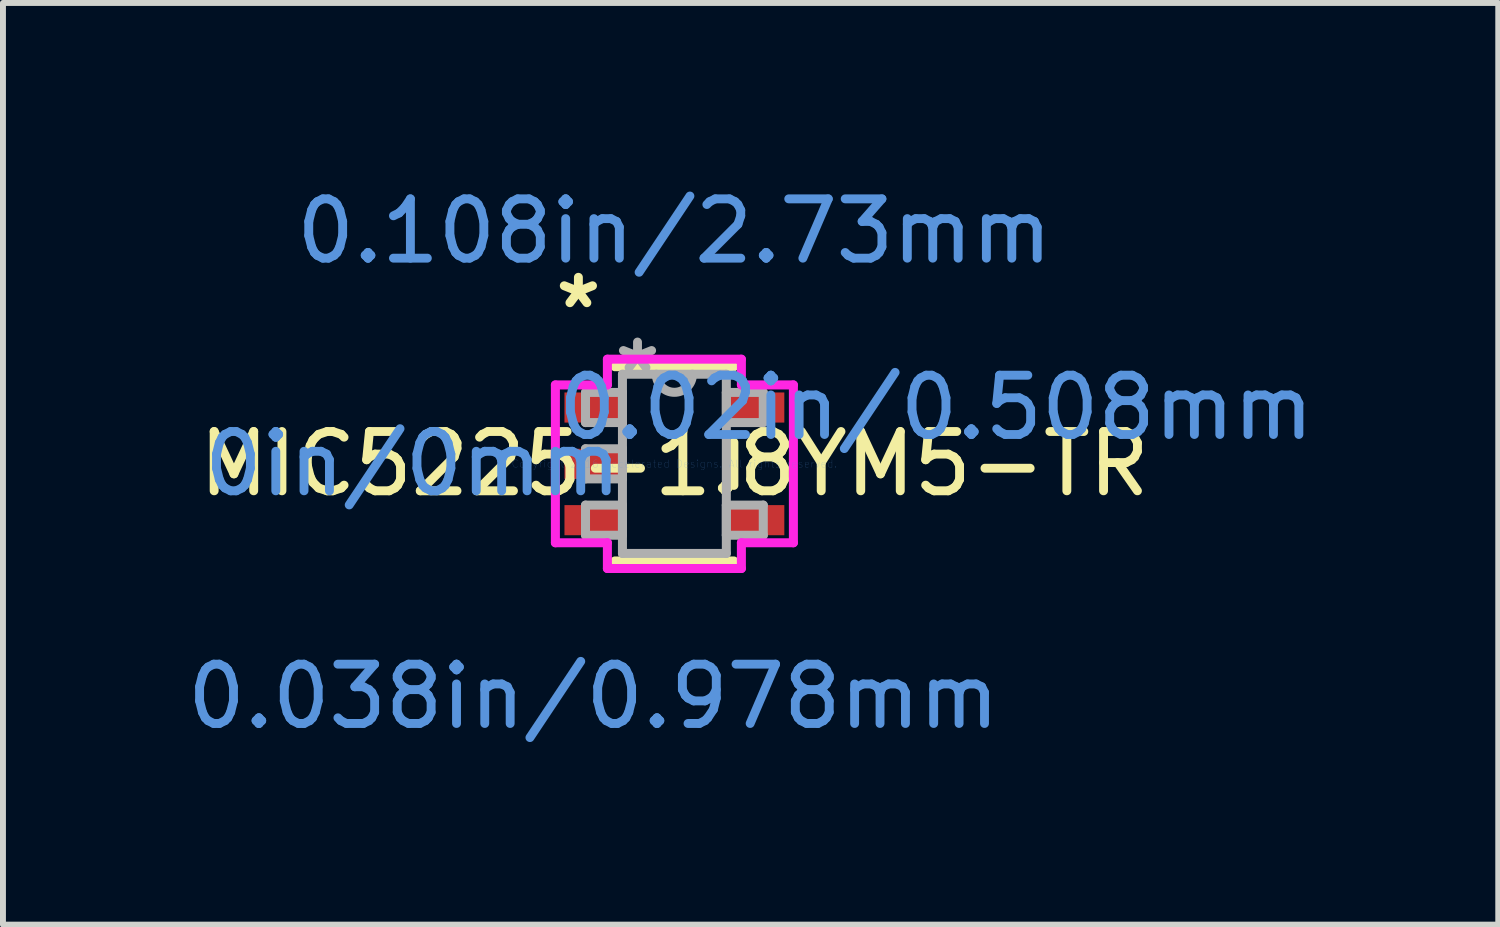
<source format=kicad_pcb>
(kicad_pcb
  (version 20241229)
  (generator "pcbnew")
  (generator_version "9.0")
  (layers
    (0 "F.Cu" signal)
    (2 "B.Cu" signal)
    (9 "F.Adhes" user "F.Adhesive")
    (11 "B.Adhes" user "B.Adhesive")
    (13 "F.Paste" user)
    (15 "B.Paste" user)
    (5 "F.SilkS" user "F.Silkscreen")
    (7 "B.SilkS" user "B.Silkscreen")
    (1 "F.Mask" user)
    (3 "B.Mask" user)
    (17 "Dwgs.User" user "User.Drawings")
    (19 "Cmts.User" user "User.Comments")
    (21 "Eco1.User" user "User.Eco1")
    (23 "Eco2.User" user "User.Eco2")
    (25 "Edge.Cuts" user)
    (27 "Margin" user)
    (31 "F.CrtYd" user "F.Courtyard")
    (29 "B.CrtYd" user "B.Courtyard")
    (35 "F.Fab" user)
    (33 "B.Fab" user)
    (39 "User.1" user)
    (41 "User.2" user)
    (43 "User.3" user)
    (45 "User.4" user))
  (footprint "MIC5225-1.8YM5-TR"
    (layer "F.Cu")
    (at 8.324 4.773)
    (property "Reference" "MIC5225-1.8YM5-TR" (at 0 0 0) (layer "F.SilkS") (effects (font (size 1 1) (thickness 0.15))))
    (attr through_hole)
    (fp_line (start -1.003 1.638) (end 1.003 1.638) (stroke (width 0.152) (type solid)) (layer "F.SilkS"))
    (fp_line (start 1.003 -1.638) (end -1.003 -1.638) (stroke (width 0.152) (type solid)) (layer "F.SilkS"))
    (fp_line (start 1.003 0.363) (end 1.003 -0.363) (stroke (width 0.152) (type solid)) (layer "F.SilkS"))
    (fp_line (start -2.007 -1.331) (end -1.13 -1.331) (stroke (width 0.152) (type solid)) (layer "F.CrtYd"))
    (fp_line (start -2.007 1.331) (end -2.007 -1.331) (stroke (width 0.152) (type solid)) (layer "F.CrtYd"))
    (fp_line (start -1.13 -1.765) (end 1.13 -1.765) (stroke (width 0.152) (type solid)) (layer "F.CrtYd"))
    (fp_line (start -1.13 -1.331) (end -1.13 -1.765) (stroke (width 0.152) (type solid)) (layer "F.CrtYd"))
    (fp_line (start -1.13 1.331) (end -2.007 1.331) (stroke (width 0.152) (type solid)) (layer "F.CrtYd"))
    (fp_line (start -1.13 1.765) (end -1.13 1.331) (stroke (width 0.152) (type solid)) (layer "F.CrtYd"))
    (fp_line (start 1.13 -1.765) (end 1.13 -1.331) (stroke (width 0.152) (type solid)) (layer "F.CrtYd"))
    (fp_line (start 1.13 -1.331) (end 2.007 -1.331) (stroke (width 0.152) (type solid)) (layer "F.CrtYd"))
    (fp_line (start 1.13 1.331) (end 1.13 1.765) (stroke (width 0.152) (type solid)) (layer "F.CrtYd"))
    (fp_line (start 1.13 1.765) (end -1.13 1.765) (stroke (width 0.152) (type solid)) (layer "F.CrtYd"))
    (fp_line (start 2.007 -1.331) (end 2.007 1.331) (stroke (width 0.152) (type solid)) (layer "F.CrtYd"))
    (fp_line (start 2.007 1.331) (end 1.13 1.331) (stroke (width 0.152) (type solid)) (layer "F.CrtYd"))
    (fp_line (start -1.499 -1.204) (end -1.499 -0.696) (stroke (width 0.152) (type solid)) (layer "F.Fab"))
    (fp_line (start -1.499 -0.696) (end -0.876 -0.696) (stroke (width 0.152) (type solid)) (layer "F.Fab"))
    (fp_line (start -1.499 -0.254) (end -1.499 0.254) (stroke (width 0.152) (type solid)) (layer "F.Fab"))
    (fp_line (start -1.499 0.254) (end -0.876 0.254) (stroke (width 0.152) (type solid)) (layer "F.Fab"))
    (fp_line (start -1.499 0.696) (end -1.499 1.204) (stroke (width 0.152) (type solid)) (layer "F.Fab"))
    (fp_line (start -1.499 1.204) (end -0.876 1.204) (stroke (width 0.152) (type solid)) (layer "F.Fab"))
    (fp_line (start -0.876 -1.511) (end -0.876 1.511) (stroke (width 0.152) (type solid)) (layer "F.Fab"))
    (fp_line (start -0.876 -1.204) (end -1.499 -1.204) (stroke (width 0.152) (type solid)) (layer "F.Fab"))
    (fp_line (start -0.876 -0.696) (end -0.876 -1.204) (stroke (width 0.152) (type solid)) (layer "F.Fab"))
    (fp_line (start -0.876 -0.254) (end -1.499 -0.254) (stroke (width 0.152) (type solid)) (layer "F.Fab"))
    (fp_line (start -0.876 0.254) (end -0.876 -0.254) (stroke (width 0.152) (type solid)) (layer "F.Fab"))
    (fp_line (start -0.876 0.696) (end -1.499 0.696) (stroke (width 0.152) (type solid)) (layer "F.Fab"))
    (fp_line (start -0.876 1.204) (end -0.876 0.696) (stroke (width 0.152) (type solid)) (layer "F.Fab"))
    (fp_line (start -0.876 1.511) (end 0.876 1.511) (stroke (width 0.152) (type solid)) (layer "F.Fab"))
    (fp_line (start 0.876 -1.511) (end -0.876 -1.511) (stroke (width 0.152) (type solid)) (layer "F.Fab"))
    (fp_line (start 0.876 -1.204) (end 0.876 -0.696) (stroke (width 0.152) (type solid)) (layer "F.Fab"))
    (fp_line (start 0.876 -0.696) (end 1.499 -0.696) (stroke (width 0.152) (type solid)) (layer "F.Fab"))
    (fp_line (start 0.876 0.696) (end 0.876 1.204) (stroke (width 0.152) (type solid)) (layer "F.Fab"))
    (fp_line (start 0.876 1.204) (end 1.499 1.204) (stroke (width 0.152) (type solid)) (layer "F.Fab"))
    (fp_line (start 0.876 1.511) (end 0.876 -1.511) (stroke (width 0.152) (type solid)) (layer "F.Fab"))
    (fp_line (start 1.499 -1.204) (end 0.876 -1.204) (stroke (width 0.152) (type solid)) (layer "F.Fab"))
    (fp_line (start 1.499 -0.696) (end 1.499 -1.204) (stroke (width 0.152) (type solid)) (layer "F.Fab"))
    (fp_line (start 1.499 0.696) (end 0.876 0.696) (stroke (width 0.152) (type solid)) (layer "F.Fab"))
    (fp_line (start 1.499 1.204) (end 1.499 0.696) (stroke (width 0.152) (type solid)) (layer "F.Fab"))
    (fp_arc (start 0.3048 -1.5113) (mid 0 -1.2065) (end -0.3048 -1.5113) (stroke (width 0.1524) (type solid)) (layer "F.Fab"))
    (fp_text user "*" (at -1.619 -2.601 0) (layer "F.SilkS") (effects (font (size 1 1) (thickness 0.15))))
    (fp_text user "0.02in/0.508mm" (at 4.413 -0.95 0) (layer "Cmts.User") (effects (font (size 1 1) (thickness 0.15))))
    (fp_text user "0.038in/0.978mm" (at -1.365 3.924 0) (layer "Cmts.User") (effects (font (size 1 1) (thickness 0.15))))
    (fp_text user "Copyright 2016 Accelerated Designs. All rights reserved." (at 0 0 0) (layer "Cmts.User") (effects (font (size 0.127 0.127) (thickness 0.002))))
    (fp_text user "0in/0mm" (at -4.413 0 0) (layer "Cmts.User") (effects (font (size 1 1) (thickness 0.15))))
    (fp_text user "0.108in/2.73mm" (at 0 -3.924 0) (layer "Cmts.User") (effects (font (size 1 1) (thickness 0.15))))
    (fp_text user "*" (at -0.622 -1.509 0) (layer "F.Fab") (effects (font (size 1 1) (thickness 0.15))))
    (pad "1" smd rect (at -1.365 -0.95) (size 0.978 0.508) (layers "F.Cu" "F.Mask" "F.Paste"))
    (pad "2" smd rect (at -1.365 0) (size 0.978 0.508) (layers "F.Cu" "F.Mask" "F.Paste"))
    (pad "3" smd rect (at -1.365 0.95) (size 0.978 0.508) (layers "F.Cu" "F.Mask" "F.Paste"))
    (pad "4" smd rect (at 1.365 0.95) (size 0.978 0.508) (layers "F.Cu" "F.Mask" "F.Paste"))
    (pad "5" smd rect (at 1.365 -0.95) (size 0.978 0.508) (layers "F.Cu" "F.Mask" "F.Paste")))
  (gr_rect
    (start -3 -3)
    (end 22.219 12.545)
    (stroke (width 0.1) (type default))
    (fill no)
    (layer "Edge.Cuts")))
</source>
